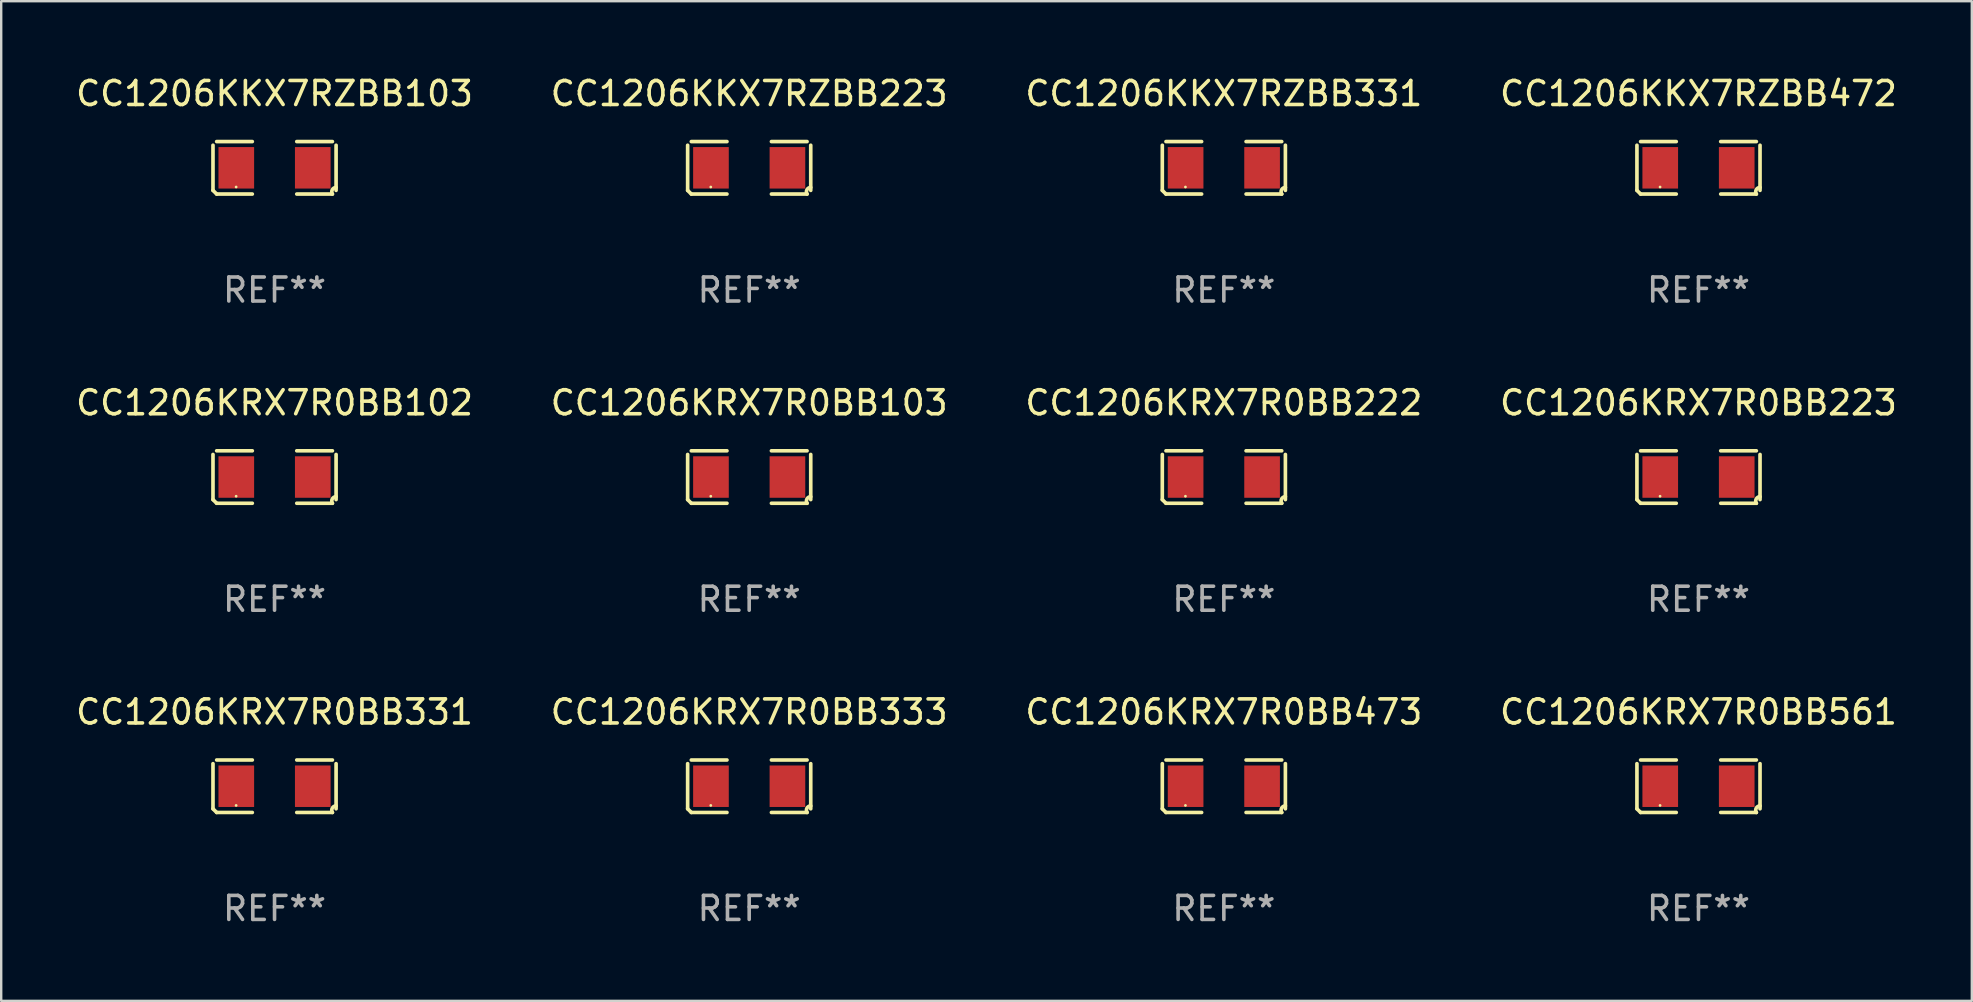
<source format=kicad_pcb>
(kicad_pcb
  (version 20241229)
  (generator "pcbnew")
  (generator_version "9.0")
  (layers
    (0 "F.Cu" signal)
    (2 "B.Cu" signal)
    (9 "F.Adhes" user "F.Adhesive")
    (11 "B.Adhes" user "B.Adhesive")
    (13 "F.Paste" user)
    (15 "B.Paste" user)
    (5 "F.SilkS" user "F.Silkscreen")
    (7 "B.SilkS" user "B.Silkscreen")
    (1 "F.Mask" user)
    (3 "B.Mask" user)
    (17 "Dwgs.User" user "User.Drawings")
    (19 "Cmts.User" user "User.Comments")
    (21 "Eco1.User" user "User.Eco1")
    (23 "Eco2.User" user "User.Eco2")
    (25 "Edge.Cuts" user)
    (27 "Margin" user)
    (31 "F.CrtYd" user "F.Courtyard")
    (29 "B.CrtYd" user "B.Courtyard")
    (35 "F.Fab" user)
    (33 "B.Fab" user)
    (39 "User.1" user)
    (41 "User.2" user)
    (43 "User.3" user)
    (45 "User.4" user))
  (footprint "CC1206KRX7R0BB473"
    (layer "F.Cu")
    (at 47.935 29.704)
    (property "Reference" "CC1206KRX7R0BB473" (at 0 -3.093 0) (layer "F.SilkS") (effects (font (size 1 1) (thickness 0.15))))
    (attr through_hole)
    (fp_line (start -2.564 0.94) (end -2.564 -0.94) (stroke (width 0.152) (type solid)) (layer "F.SilkS"))
    (fp_line (start -2.411 -1.093) (end -0.926 -1.093) (stroke (width 0.152) (type solid)) (layer "F.SilkS"))
    (fp_line (start -0.926 1.093) (end -2.411 1.093) (stroke (width 0.152) (type solid)) (layer "F.SilkS"))
    (fp_line (start 0.926 1.093) (end 2.411 1.093) (stroke (width 0.152) (type solid)) (layer "F.SilkS"))
    (fp_line (start 2.411 -1.093) (end 0.926 -1.093) (stroke (width 0.152) (type solid)) (layer "F.SilkS"))
    (fp_line (start 2.564 0.94) (end 2.564 -0.94) (stroke (width 0.152) (type solid)) (layer "F.SilkS"))
    (fp_arc (start -2.411201 1.092609) (mid -2.487413 1.01642) (end -2.563602 0.940208) (stroke (width 0.1524) (type solid)) (layer "F.SilkS"))
    (fp_arc (start 2.411201 1.092609) (mid 2.407159 0.911226) (end 2.563602 0.819347) (stroke (width 0.1524) (type solid)) (layer "F.SilkS"))
    (fp_circle (center -1.6 0.8) (end -1.57 0.8) (stroke (width 0.06) (type solid)) (fill no) (layer "F.SilkS"))
    (fp_text user "REF**" (at 0 5.093 0) (layer "F.Fab") (effects (font (size 1 1) (thickness 0.15))))
    (pad "1" smd rect (at -1.593 0) (size 1.485 1.728) (layers "F.Cu" "F.Mask" "F.Paste"))
    (pad "2" smd rect (at 1.593 0) (size 1.485 1.728) (layers "F.Cu" "F.Mask" "F.Paste")))
  (footprint "CC1206KKX7RZBB223"
    (layer "F.Cu")
    (at 28.161 3.941)
    (property "Reference" "CC1206KKX7RZBB223" (at 0 -3.093 0) (layer "F.SilkS") (effects (font (size 1 1) (thickness 0.15))))
    (attr through_hole)
    (fp_line (start -2.564 0.94) (end -2.564 -0.94) (stroke (width 0.152) (type solid)) (layer "F.SilkS"))
    (fp_line (start -2.411 -1.093) (end -0.926 -1.093) (stroke (width 0.152) (type solid)) (layer "F.SilkS"))
    (fp_line (start -0.926 1.093) (end -2.411 1.093) (stroke (width 0.152) (type solid)) (layer "F.SilkS"))
    (fp_line (start 0.926 1.093) (end 2.411 1.093) (stroke (width 0.152) (type solid)) (layer "F.SilkS"))
    (fp_line (start 2.411 -1.093) (end 0.926 -1.093) (stroke (width 0.152) (type solid)) (layer "F.SilkS"))
    (fp_line (start 2.564 0.94) (end 2.564 -0.94) (stroke (width 0.152) (type solid)) (layer "F.SilkS"))
    (fp_arc (start -2.411201 1.092609) (mid -2.487413 1.01642) (end -2.563602 0.940208) (stroke (width 0.1524) (type solid)) (layer "F.SilkS"))
    (fp_arc (start 2.411201 1.092609) (mid 2.407159 0.911226) (end 2.563602 0.819347) (stroke (width 0.1524) (type solid)) (layer "F.SilkS"))
    (fp_circle (center -1.6 0.8) (end -1.57 0.8) (stroke (width 0.06) (type solid)) (fill no) (layer "F.SilkS"))
    (fp_text user "REF**" (at 0 5.093 0) (layer "F.Fab") (effects (font (size 1 1) (thickness 0.15))))
    (pad "1" smd rect (at -1.593 0) (size 1.485 1.728) (layers "F.Cu" "F.Mask" "F.Paste"))
    (pad "2" smd rect (at 1.593 0) (size 1.485 1.728) (layers "F.Cu" "F.Mask" "F.Paste")))
  (footprint "CC1206KKX7RZBB331"
    (layer "F.Cu")
    (at 47.935 3.941)
    (property "Reference" "CC1206KKX7RZBB331" (at 0 -3.093 0) (layer "F.SilkS") (effects (font (size 1 1) (thickness 0.15))))
    (attr through_hole)
    (fp_line (start -2.564 0.94) (end -2.564 -0.94) (stroke (width 0.152) (type solid)) (layer "F.SilkS"))
    (fp_line (start -2.411 -1.093) (end -0.926 -1.093) (stroke (width 0.152) (type solid)) (layer "F.SilkS"))
    (fp_line (start -0.926 1.093) (end -2.411 1.093) (stroke (width 0.152) (type solid)) (layer "F.SilkS"))
    (fp_line (start 0.926 1.093) (end 2.411 1.093) (stroke (width 0.152) (type solid)) (layer "F.SilkS"))
    (fp_line (start 2.411 -1.093) (end 0.926 -1.093) (stroke (width 0.152) (type solid)) (layer "F.SilkS"))
    (fp_line (start 2.564 0.94) (end 2.564 -0.94) (stroke (width 0.152) (type solid)) (layer "F.SilkS"))
    (fp_arc (start -2.411201 1.092609) (mid -2.487413 1.01642) (end -2.563602 0.940208) (stroke (width 0.1524) (type solid)) (layer "F.SilkS"))
    (fp_arc (start 2.411201 1.092609) (mid 2.407159 0.911226) (end 2.563602 0.819347) (stroke (width 0.1524) (type solid)) (layer "F.SilkS"))
    (fp_circle (center -1.6 0.8) (end -1.57 0.8) (stroke (width 0.06) (type solid)) (fill no) (layer "F.SilkS"))
    (fp_text user "REF**" (at 0 5.093 0) (layer "F.Fab") (effects (font (size 1 1) (thickness 0.15))))
    (pad "1" smd rect (at -1.593 0) (size 1.485 1.728) (layers "F.Cu" "F.Mask" "F.Paste"))
    (pad "2" smd rect (at 1.593 0) (size 1.485 1.728) (layers "F.Cu" "F.Mask" "F.Paste")))
  (footprint "CC1206KKX7RZBB472"
    (layer "F.Cu")
    (at 67.708 3.941)
    (property "Reference" "CC1206KKX7RZBB472" (at 0 -3.093 0) (layer "F.SilkS") (effects (font (size 1 1) (thickness 0.15))))
    (attr through_hole)
    (fp_line (start -2.564 0.94) (end -2.564 -0.94) (stroke (width 0.152) (type solid)) (layer "F.SilkS"))
    (fp_line (start -2.411 -1.093) (end -0.926 -1.093) (stroke (width 0.152) (type solid)) (layer "F.SilkS"))
    (fp_line (start -0.926 1.093) (end -2.411 1.093) (stroke (width 0.152) (type solid)) (layer "F.SilkS"))
    (fp_line (start 0.926 1.093) (end 2.411 1.093) (stroke (width 0.152) (type solid)) (layer "F.SilkS"))
    (fp_line (start 2.411 -1.093) (end 0.926 -1.093) (stroke (width 0.152) (type solid)) (layer "F.SilkS"))
    (fp_line (start 2.564 0.94) (end 2.564 -0.94) (stroke (width 0.152) (type solid)) (layer "F.SilkS"))
    (fp_arc (start -2.411201 1.092609) (mid -2.487413 1.01642) (end -2.563602 0.940208) (stroke (width 0.1524) (type solid)) (layer "F.SilkS"))
    (fp_arc (start 2.411201 1.092609) (mid 2.407159 0.911226) (end 2.563602 0.819347) (stroke (width 0.1524) (type solid)) (layer "F.SilkS"))
    (fp_circle (center -1.6 0.8) (end -1.57 0.8) (stroke (width 0.06) (type solid)) (fill no) (layer "F.SilkS"))
    (fp_text user "REF**" (at 0 5.093 0) (layer "F.Fab") (effects (font (size 1 1) (thickness 0.15))))
    (pad "1" smd rect (at -1.593 0) (size 1.485 1.728) (layers "F.Cu" "F.Mask" "F.Paste"))
    (pad "2" smd rect (at 1.593 0) (size 1.485 1.728) (layers "F.Cu" "F.Mask" "F.Paste")))
  (footprint "CC1206KRX7R0BB333"
    (layer "F.Cu")
    (at 28.161 29.704)
    (property "Reference" "CC1206KRX7R0BB333" (at 0 -3.093 0) (layer "F.SilkS") (effects (font (size 1 1) (thickness 0.15))))
    (attr through_hole)
    (fp_line (start -2.564 0.94) (end -2.564 -0.94) (stroke (width 0.152) (type solid)) (layer "F.SilkS"))
    (fp_line (start -2.411 -1.093) (end -0.926 -1.093) (stroke (width 0.152) (type solid)) (layer "F.SilkS"))
    (fp_line (start -0.926 1.093) (end -2.411 1.093) (stroke (width 0.152) (type solid)) (layer "F.SilkS"))
    (fp_line (start 0.926 1.093) (end 2.411 1.093) (stroke (width 0.152) (type solid)) (layer "F.SilkS"))
    (fp_line (start 2.411 -1.093) (end 0.926 -1.093) (stroke (width 0.152) (type solid)) (layer "F.SilkS"))
    (fp_line (start 2.564 0.94) (end 2.564 -0.94) (stroke (width 0.152) (type solid)) (layer "F.SilkS"))
    (fp_arc (start -2.411201 1.092609) (mid -2.487413 1.01642) (end -2.563602 0.940208) (stroke (width 0.1524) (type solid)) (layer "F.SilkS"))
    (fp_arc (start 2.411201 1.092609) (mid 2.407159 0.911226) (end 2.563602 0.819347) (stroke (width 0.1524) (type solid)) (layer "F.SilkS"))
    (fp_circle (center -1.6 0.8) (end -1.57 0.8) (stroke (width 0.06) (type solid)) (fill no) (layer "F.SilkS"))
    (fp_text user "REF**" (at 0 5.093 0) (layer "F.Fab") (effects (font (size 1 1) (thickness 0.15))))
    (pad "1" smd rect (at -1.593 0) (size 1.485 1.728) (layers "F.Cu" "F.Mask" "F.Paste"))
    (pad "2" smd rect (at 1.593 0) (size 1.485 1.728) (layers "F.Cu" "F.Mask" "F.Paste")))
  (footprint "CC1206KRX7R0BB561"
    (layer "F.Cu")
    (at 67.708 29.704)
    (property "Reference" "CC1206KRX7R0BB561" (at 0 -3.093 0) (layer "F.SilkS") (effects (font (size 1 1) (thickness 0.15))))
    (attr through_hole)
    (fp_line (start -2.564 0.94) (end -2.564 -0.94) (stroke (width 0.152) (type solid)) (layer "F.SilkS"))
    (fp_line (start -2.411 -1.093) (end -0.926 -1.093) (stroke (width 0.152) (type solid)) (layer "F.SilkS"))
    (fp_line (start -0.926 1.093) (end -2.411 1.093) (stroke (width 0.152) (type solid)) (layer "F.SilkS"))
    (fp_line (start 0.926 1.093) (end 2.411 1.093) (stroke (width 0.152) (type solid)) (layer "F.SilkS"))
    (fp_line (start 2.411 -1.093) (end 0.926 -1.093) (stroke (width 0.152) (type solid)) (layer "F.SilkS"))
    (fp_line (start 2.564 0.94) (end 2.564 -0.94) (stroke (width 0.152) (type solid)) (layer "F.SilkS"))
    (fp_arc (start -2.411201 1.092609) (mid -2.487413 1.01642) (end -2.563602 0.940208) (stroke (width 0.1524) (type solid)) (layer "F.SilkS"))
    (fp_arc (start 2.411201 1.092609) (mid 2.407159 0.911226) (end 2.563602 0.819347) (stroke (width 0.1524) (type solid)) (layer "F.SilkS"))
    (fp_circle (center -1.6 0.8) (end -1.57 0.8) (stroke (width 0.06) (type solid)) (fill no) (layer "F.SilkS"))
    (fp_text user "REF**" (at 0 5.093 0) (layer "F.Fab") (effects (font (size 1 1) (thickness 0.15))))
    (pad "1" smd rect (at -1.593 0) (size 1.485 1.728) (layers "F.Cu" "F.Mask" "F.Paste"))
    (pad "2" smd rect (at 1.593 0) (size 1.485 1.728) (layers "F.Cu" "F.Mask" "F.Paste")))
  (footprint "CC1206KRX7R0BB223"
    (layer "F.Cu")
    (at 67.708 16.823)
    (property "Reference" "CC1206KRX7R0BB223" (at 0 -3.093 0) (layer "F.SilkS") (effects (font (size 1 1) (thickness 0.15))))
    (attr through_hole)
    (fp_line (start -2.564 0.94) (end -2.564 -0.94) (stroke (width 0.152) (type solid)) (layer "F.SilkS"))
    (fp_line (start -2.411 -1.093) (end -0.926 -1.093) (stroke (width 0.152) (type solid)) (layer "F.SilkS"))
    (fp_line (start -0.926 1.093) (end -2.411 1.093) (stroke (width 0.152) (type solid)) (layer "F.SilkS"))
    (fp_line (start 0.926 1.093) (end 2.411 1.093) (stroke (width 0.152) (type solid)) (layer "F.SilkS"))
    (fp_line (start 2.411 -1.093) (end 0.926 -1.093) (stroke (width 0.152) (type solid)) (layer "F.SilkS"))
    (fp_line (start 2.564 0.94) (end 2.564 -0.94) (stroke (width 0.152) (type solid)) (layer "F.SilkS"))
    (fp_arc (start -2.411201 1.092609) (mid -2.487413 1.01642) (end -2.563602 0.940208) (stroke (width 0.1524) (type solid)) (layer "F.SilkS"))
    (fp_arc (start 2.411201 1.092609) (mid 2.407159 0.911226) (end 2.563602 0.819347) (stroke (width 0.1524) (type solid)) (layer "F.SilkS"))
    (fp_circle (center -1.6 0.8) (end -1.57 0.8) (stroke (width 0.06) (type solid)) (fill no) (layer "F.SilkS"))
    (fp_text user "REF**" (at 0 5.093 0) (layer "F.Fab") (effects (font (size 1 1) (thickness 0.15))))
    (pad "1" smd rect (at -1.593 0) (size 1.485 1.728) (layers "F.Cu" "F.Mask" "F.Paste"))
    (pad "2" smd rect (at 1.593 0) (size 1.485 1.728) (layers "F.Cu" "F.Mask" "F.Paste")))
  (footprint "CC1206KRX7R0BB222"
    (layer "F.Cu")
    (at 47.935 16.823)
    (property "Reference" "CC1206KRX7R0BB222" (at 0 -3.093 0) (layer "F.SilkS") (effects (font (size 1 1) (thickness 0.15))))
    (attr through_hole)
    (fp_line (start -2.564 0.94) (end -2.564 -0.94) (stroke (width 0.152) (type solid)) (layer "F.SilkS"))
    (fp_line (start -2.411 -1.093) (end -0.926 -1.093) (stroke (width 0.152) (type solid)) (layer "F.SilkS"))
    (fp_line (start -0.926 1.093) (end -2.411 1.093) (stroke (width 0.152) (type solid)) (layer "F.SilkS"))
    (fp_line (start 0.926 1.093) (end 2.411 1.093) (stroke (width 0.152) (type solid)) (layer "F.SilkS"))
    (fp_line (start 2.411 -1.093) (end 0.926 -1.093) (stroke (width 0.152) (type solid)) (layer "F.SilkS"))
    (fp_line (start 2.564 0.94) (end 2.564 -0.94) (stroke (width 0.152) (type solid)) (layer "F.SilkS"))
    (fp_arc (start -2.411201 1.092609) (mid -2.487413 1.01642) (end -2.563602 0.940208) (stroke (width 0.1524) (type solid)) (layer "F.SilkS"))
    (fp_arc (start 2.411201 1.092609) (mid 2.407159 0.911226) (end 2.563602 0.819347) (stroke (width 0.1524) (type solid)) (layer "F.SilkS"))
    (fp_circle (center -1.6 0.8) (end -1.57 0.8) (stroke (width 0.06) (type solid)) (fill no) (layer "F.SilkS"))
    (fp_text user "REF**" (at 0 5.093 0) (layer "F.Fab") (effects (font (size 1 1) (thickness 0.15))))
    (pad "1" smd rect (at -1.593 0) (size 1.485 1.728) (layers "F.Cu" "F.Mask" "F.Paste"))
    (pad "2" smd rect (at 1.593 0) (size 1.485 1.728) (layers "F.Cu" "F.Mask" "F.Paste")))
  (footprint "CC1206KRX7R0BB331"
    (layer "F.Cu")
    (at 8.387 29.704)
    (property "Reference" "CC1206KRX7R0BB331" (at 0 -3.093 0) (layer "F.SilkS") (effects (font (size 1 1) (thickness 0.15))))
    (attr through_hole)
    (fp_line (start -2.564 0.94) (end -2.564 -0.94) (stroke (width 0.152) (type solid)) (layer "F.SilkS"))
    (fp_line (start -2.411 -1.093) (end -0.926 -1.093) (stroke (width 0.152) (type solid)) (layer "F.SilkS"))
    (fp_line (start -0.926 1.093) (end -2.411 1.093) (stroke (width 0.152) (type solid)) (layer "F.SilkS"))
    (fp_line (start 0.926 1.093) (end 2.411 1.093) (stroke (width 0.152) (type solid)) (layer "F.SilkS"))
    (fp_line (start 2.411 -1.093) (end 0.926 -1.093) (stroke (width 0.152) (type solid)) (layer "F.SilkS"))
    (fp_line (start 2.564 0.94) (end 2.564 -0.94) (stroke (width 0.152) (type solid)) (layer "F.SilkS"))
    (fp_arc (start -2.411201 1.092609) (mid -2.487413 1.01642) (end -2.563602 0.940208) (stroke (width 0.1524) (type solid)) (layer "F.SilkS"))
    (fp_arc (start 2.411201 1.092609) (mid 2.407159 0.911226) (end 2.563602 0.819347) (stroke (width 0.1524) (type solid)) (layer "F.SilkS"))
    (fp_circle (center -1.6 0.8) (end -1.57 0.8) (stroke (width 0.06) (type solid)) (fill no) (layer "F.SilkS"))
    (fp_text user "REF**" (at 0 5.093 0) (layer "F.Fab") (effects (font (size 1 1) (thickness 0.15))))
    (pad "1" smd rect (at -1.593 0) (size 1.485 1.728) (layers "F.Cu" "F.Mask" "F.Paste"))
    (pad "2" smd rect (at 1.593 0) (size 1.485 1.728) (layers "F.Cu" "F.Mask" "F.Paste")))
  (footprint "CC1206KRX7R0BB102"
    (layer "F.Cu")
    (at 8.387 16.823)
    (property "Reference" "CC1206KRX7R0BB102" (at 0 -3.093 0) (layer "F.SilkS") (effects (font (size 1 1) (thickness 0.15))))
    (attr through_hole)
    (fp_line (start -2.564 0.94) (end -2.564 -0.94) (stroke (width 0.152) (type solid)) (layer "F.SilkS"))
    (fp_line (start -2.411 -1.093) (end -0.926 -1.093) (stroke (width 0.152) (type solid)) (layer "F.SilkS"))
    (fp_line (start -0.926 1.093) (end -2.411 1.093) (stroke (width 0.152) (type solid)) (layer "F.SilkS"))
    (fp_line (start 0.926 1.093) (end 2.411 1.093) (stroke (width 0.152) (type solid)) (layer "F.SilkS"))
    (fp_line (start 2.411 -1.093) (end 0.926 -1.093) (stroke (width 0.152) (type solid)) (layer "F.SilkS"))
    (fp_line (start 2.564 0.94) (end 2.564 -0.94) (stroke (width 0.152) (type solid)) (layer "F.SilkS"))
    (fp_arc (start -2.411201 1.092609) (mid -2.487413 1.01642) (end -2.563602 0.940208) (stroke (width 0.1524) (type solid)) (layer "F.SilkS"))
    (fp_arc (start 2.411201 1.092609) (mid 2.407159 0.911226) (end 2.563602 0.819347) (stroke (width 0.1524) (type solid)) (layer "F.SilkS"))
    (fp_circle (center -1.6 0.8) (end -1.57 0.8) (stroke (width 0.06) (type solid)) (fill no) (layer "F.SilkS"))
    (fp_text user "REF**" (at 0 5.093 0) (layer "F.Fab") (effects (font (size 1 1) (thickness 0.15))))
    (pad "1" smd rect (at -1.593 0) (size 1.485 1.728) (layers "F.Cu" "F.Mask" "F.Paste"))
    (pad "2" smd rect (at 1.593 0) (size 1.485 1.728) (layers "F.Cu" "F.Mask" "F.Paste")))
  (footprint "CC1206KKX7RZBB103"
    (layer "F.Cu")
    (at 8.387 3.941)
    (property "Reference" "CC1206KKX7RZBB103" (at 0 -3.093 0) (layer "F.SilkS") (effects (font (size 1 1) (thickness 0.15))))
    (attr through_hole)
    (fp_line (start -2.564 0.94) (end -2.564 -0.94) (stroke (width 0.152) (type solid)) (layer "F.SilkS"))
    (fp_line (start -2.411 -1.093) (end -0.926 -1.093) (stroke (width 0.152) (type solid)) (layer "F.SilkS"))
    (fp_line (start -0.926 1.093) (end -2.411 1.093) (stroke (width 0.152) (type solid)) (layer "F.SilkS"))
    (fp_line (start 0.926 1.093) (end 2.411 1.093) (stroke (width 0.152) (type solid)) (layer "F.SilkS"))
    (fp_line (start 2.411 -1.093) (end 0.926 -1.093) (stroke (width 0.152) (type solid)) (layer "F.SilkS"))
    (fp_line (start 2.564 0.94) (end 2.564 -0.94) (stroke (width 0.152) (type solid)) (layer "F.SilkS"))
    (fp_arc (start -2.411201 1.092609) (mid -2.487413 1.01642) (end -2.563602 0.940208) (stroke (width 0.1524) (type solid)) (layer "F.SilkS"))
    (fp_arc (start 2.411201 1.092609) (mid 2.407159 0.911226) (end 2.563602 0.819347) (stroke (width 0.1524) (type solid)) (layer "F.SilkS"))
    (fp_circle (center -1.6 0.8) (end -1.57 0.8) (stroke (width 0.06) (type solid)) (fill no) (layer "F.SilkS"))
    (fp_text user "REF**" (at 0 5.093 0) (layer "F.Fab") (effects (font (size 1 1) (thickness 0.15))))
    (pad "1" smd rect (at -1.593 0) (size 1.485 1.728) (layers "F.Cu" "F.Mask" "F.Paste"))
    (pad "2" smd rect (at 1.593 0) (size 1.485 1.728) (layers "F.Cu" "F.Mask" "F.Paste")))
  (footprint "CC1206KRX7R0BB103"
    (layer "F.Cu")
    (at 28.161 16.823)
    (property "Reference" "CC1206KRX7R0BB103" (at 0 -3.093 0) (layer "F.SilkS") (effects (font (size 1 1) (thickness 0.15))))
    (attr through_hole)
    (fp_line (start -2.564 0.94) (end -2.564 -0.94) (stroke (width 0.152) (type solid)) (layer "F.SilkS"))
    (fp_line (start -2.411 -1.093) (end -0.926 -1.093) (stroke (width 0.152) (type solid)) (layer "F.SilkS"))
    (fp_line (start -0.926 1.093) (end -2.411 1.093) (stroke (width 0.152) (type solid)) (layer "F.SilkS"))
    (fp_line (start 0.926 1.093) (end 2.411 1.093) (stroke (width 0.152) (type solid)) (layer "F.SilkS"))
    (fp_line (start 2.411 -1.093) (end 0.926 -1.093) (stroke (width 0.152) (type solid)) (layer "F.SilkS"))
    (fp_line (start 2.564 0.94) (end 2.564 -0.94) (stroke (width 0.152) (type solid)) (layer "F.SilkS"))
    (fp_arc (start -2.411201 1.092609) (mid -2.487413 1.01642) (end -2.563602 0.940208) (stroke (width 0.1524) (type solid)) (layer "F.SilkS"))
    (fp_arc (start 2.411201 1.092609) (mid 2.407159 0.911226) (end 2.563602 0.819347) (stroke (width 0.1524) (type solid)) (layer "F.SilkS"))
    (fp_circle (center -1.6 0.8) (end -1.57 0.8) (stroke (width 0.06) (type solid)) (fill no) (layer "F.SilkS"))
    (fp_text user "REF**" (at 0 5.093 0) (layer "F.Fab") (effects (font (size 1 1) (thickness 0.15))))
    (pad "1" smd rect (at -1.593 0) (size 1.485 1.728) (layers "F.Cu" "F.Mask" "F.Paste"))
    (pad "2" smd rect (at 1.593 0) (size 1.485 1.728) (layers "F.Cu" "F.Mask" "F.Paste")))
  (gr_rect
    (start -3 -3)
    (end 79.095 38.645)
    (stroke (width 0.1) (type default))
    (fill no)
    (layer "Edge.Cuts")))
</source>
